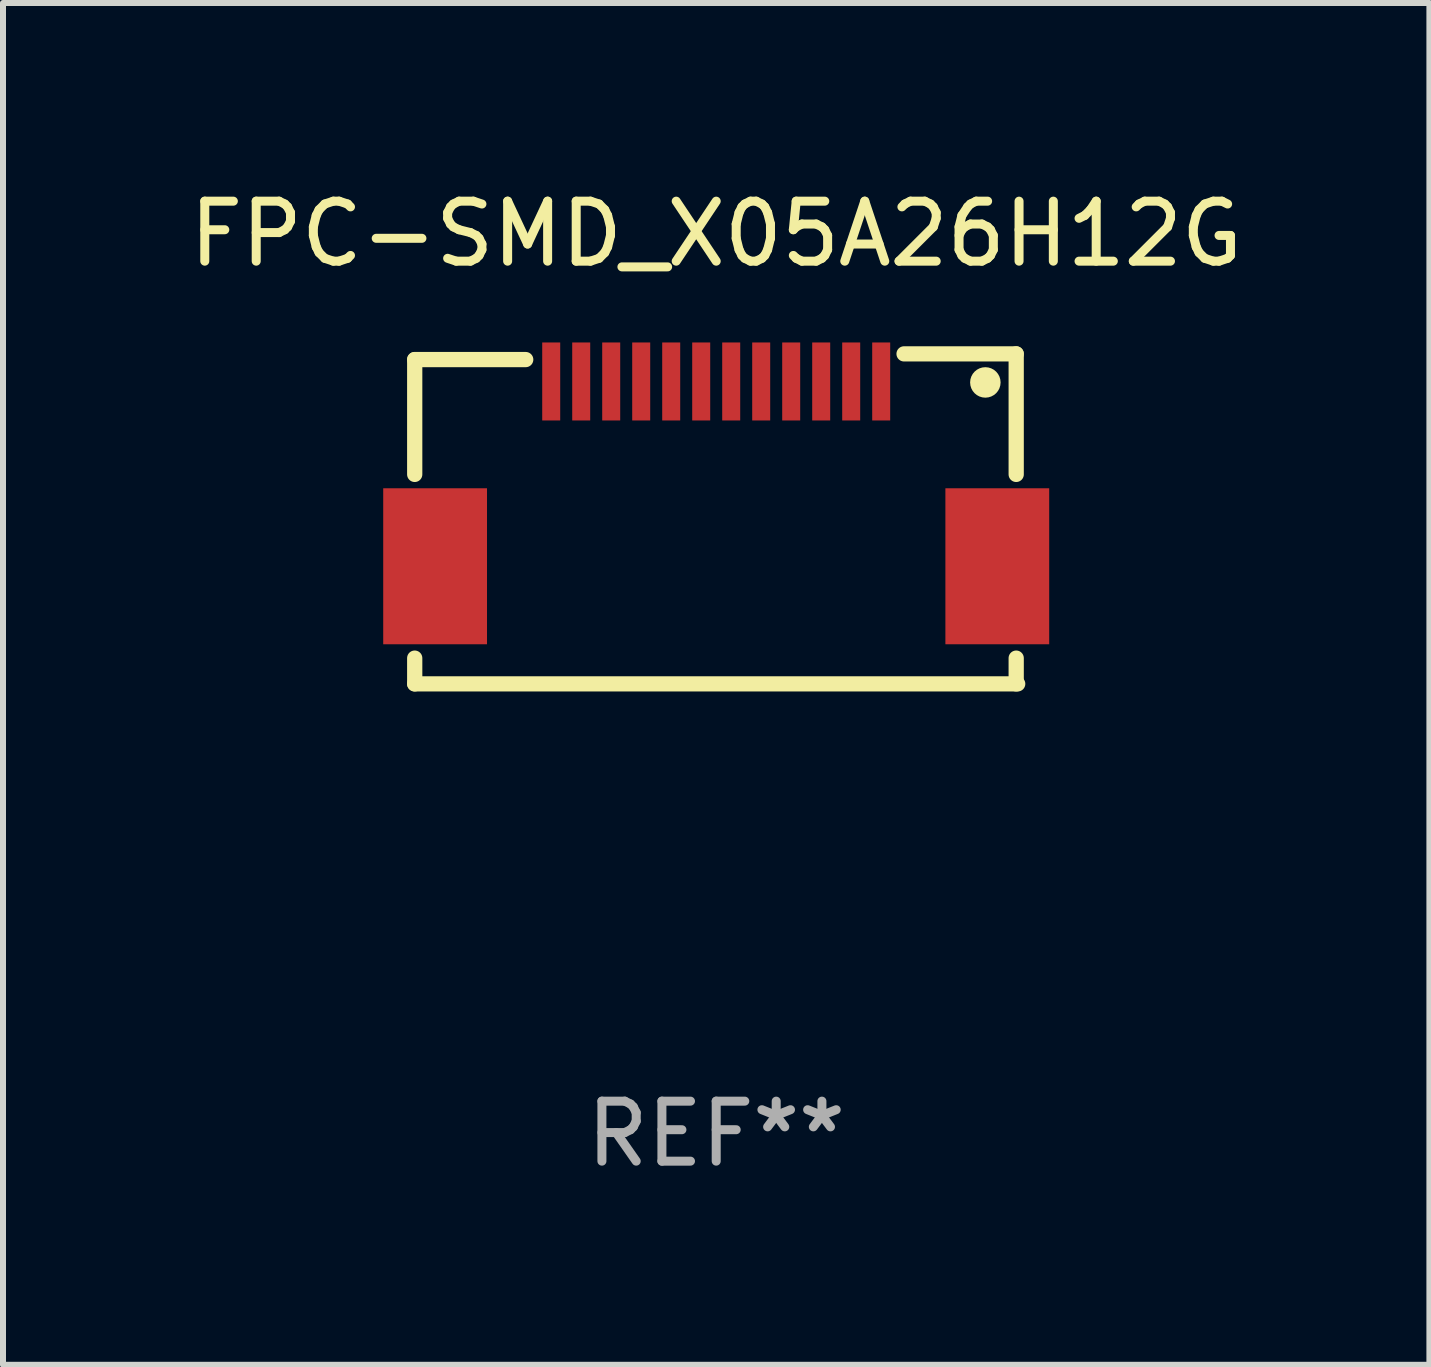
<source format=kicad_pcb>
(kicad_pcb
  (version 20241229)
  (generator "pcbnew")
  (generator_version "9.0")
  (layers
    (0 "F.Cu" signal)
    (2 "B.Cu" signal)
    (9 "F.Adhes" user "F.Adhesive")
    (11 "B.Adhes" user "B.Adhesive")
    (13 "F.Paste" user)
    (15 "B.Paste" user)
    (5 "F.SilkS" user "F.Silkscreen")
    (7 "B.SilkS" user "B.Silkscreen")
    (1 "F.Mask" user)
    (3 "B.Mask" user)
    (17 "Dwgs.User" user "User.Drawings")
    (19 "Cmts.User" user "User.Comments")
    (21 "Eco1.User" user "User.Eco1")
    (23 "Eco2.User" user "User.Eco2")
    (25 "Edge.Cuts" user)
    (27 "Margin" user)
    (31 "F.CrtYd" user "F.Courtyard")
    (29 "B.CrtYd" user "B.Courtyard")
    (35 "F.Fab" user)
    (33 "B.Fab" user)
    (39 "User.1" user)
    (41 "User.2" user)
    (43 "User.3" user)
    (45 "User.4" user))
  (footprint "FPC-SMD_X05A26H12G"
    (layer "F.Cu")
    (at 8.887 4.848)
    (property "Reference" "FPC-SMD_X05A26H12G" (at -0.000038 -4 180) (layer "F.SilkS") (effects (font (size 1 1) (thickness 0.15))))
    (attr through_hole)
    (fp_line (start -5.025 -1.905) (end -3.175 -1.905) (stroke (width 0.254) (type solid)) (layer "F.SilkS"))
    (fp_line (start -5.025 0.009) (end -5.025 -1.905) (stroke (width 0.254) (type solid)) (layer "F.SilkS"))
    (fp_line (start -5.025 3.5) (end -5.025 3.071) (stroke (width 0.254) (type solid)) (layer "F.SilkS"))
    (fp_line (start -5.025 3.5) (end 5.025 3.5) (stroke (width 0.254) (type solid)) (layer "F.SilkS"))
    (fp_line (start 3.131 -2) (end 5 -2) (stroke (width 0.254) (type solid)) (layer "F.SilkS"))
    (fp_line (start 5 -2) (end 5 0.009) (stroke (width 0.254) (type solid)) (layer "F.SilkS"))
    (fp_line (start 5 3.071) (end 5 3.5) (stroke (width 0.254) (type solid)) (layer "F.SilkS"))
    (fp_circle (center 4.486 -1.524) (end 4.613 -1.524) (stroke (width 0.254) (type solid)) (fill no) (layer "F.SilkS"))
    (fp_circle (center 5.025 -1.865) (end 5.055 -1.865) (stroke (width 0.06) (type solid)) (fill no) (layer "F.SilkS"))
    (fp_text user "REF**" (at -0.000038 11 180) (layer "F.Fab") (effects (font (size 1 1) (thickness 0.15))))
    (pad "1" smd rect (at 2.75 -1.54) (size 0.3 1.3) (layers "F.Cu" "F.Mask" "F.Paste"))
    (pad "2" smd rect (at 2.25 -1.54) (size 0.3 1.3) (layers "F.Cu" "F.Mask" "F.Paste"))
    (pad "3" smd rect (at 1.75 -1.54) (size 0.3 1.3) (layers "F.Cu" "F.Mask" "F.Paste"))
    (pad "4" smd rect (at 1.25 -1.54) (size 0.3 1.3) (layers "F.Cu" "F.Mask" "F.Paste"))
    (pad "5" smd rect (at 0.75 -1.54) (size 0.3 1.3) (layers "F.Cu" "F.Mask" "F.Paste"))
    (pad "6" smd rect (at 0.25 -1.54) (size 0.3 1.3) (layers "F.Cu" "F.Mask" "F.Paste"))
    (pad "7" smd rect (at -0.25 -1.54) (size 0.3 1.3) (layers "F.Cu" "F.Mask" "F.Paste"))
    (pad "8" smd rect (at -0.75 -1.54) (size 0.3 1.3) (layers "F.Cu" "F.Mask" "F.Paste"))
    (pad "9" smd rect (at -1.25 -1.54) (size 0.3 1.3) (layers "F.Cu" "F.Mask" "F.Paste"))
    (pad "10" smd rect (at -1.75 -1.54) (size 0.3 1.3) (layers "F.Cu" "F.Mask" "F.Paste"))
    (pad "11" smd rect (at -2.25 -1.54) (size 0.3 1.3) (layers "F.Cu" "F.Mask" "F.Paste"))
    (pad "12" smd rect (at -2.75 -1.54) (size 0.3 1.3) (layers "F.Cu" "F.Mask" "F.Paste"))
    (pad "13" smd rect (at -4.685 1.54) (size 1.73 2.6) (layers "F.Cu" "F.Mask" "F.Paste"))
    (pad "14" smd rect (at 4.685 1.54) (size 1.73 2.6) (layers "F.Cu" "F.Mask" "F.Paste")))
  (gr_rect
    (start -3 -3)
    (end 20.774 19.697)
    (stroke (width 0.1) (type default))
    (fill no)
    (layer "Edge.Cuts")))
</source>
